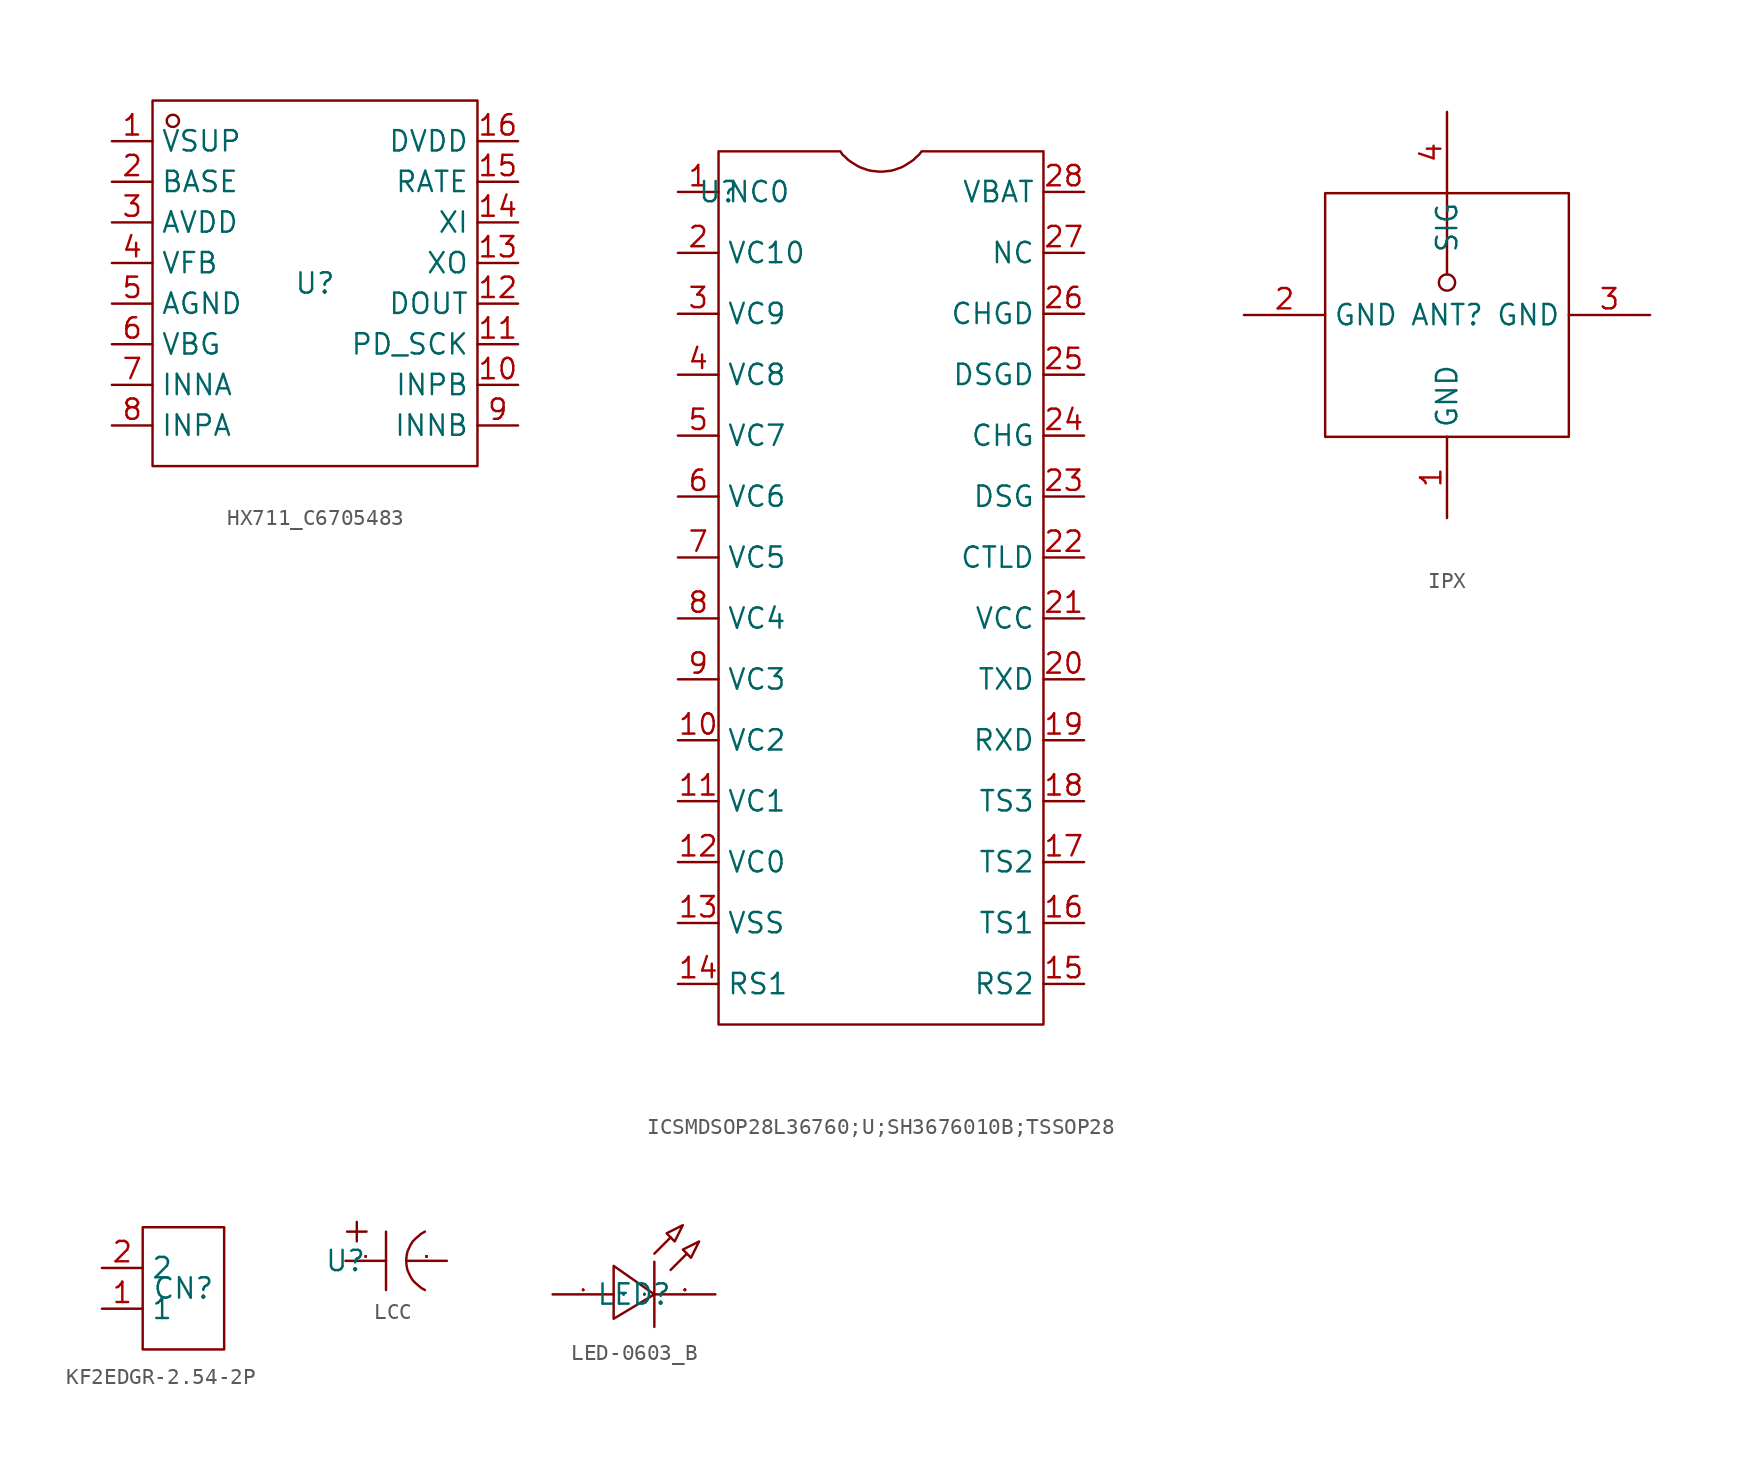
<source format=kicad_sym>
(kicad_symbol_lib
  (version 20231120)
  (generator "kicad_symbol_editor")
  (generator_version "8.0")
  (symbol "HX711_C6705483"
    (property "Reference" "U"
      (at 0 0 0)
      (effects (font (size 1.27 1.27))))
    (property "Value" ""
      (at 0 0 0)
      (effects (font (size 1.27 1.27))))
    (symbol "HX711_C6705483_1_0"
      (rectangle (start -10.16 -11.43) (end 10.16 11.43) (stroke (width 0) (type default)) (fill (type none)))
      (circle (center -8.89 10.16) (radius 0.381) (stroke (width 0) (type default)) (fill (type none)))
      (pin unspecified line (at -12.7 8.89 0) (length 2.54) (name "VSUP" (effects (font (size 1.27 1.27)))) (number "1" (effects (font (size 1.27 1.27)))))
      (pin unspecified line (at 12.7 -6.35 180) (length 2.54) (name "INPB" (effects (font (size 1.27 1.27)))) (number "10" (effects (font (size 1.27 1.27)))))
      (pin unspecified line (at 12.7 -3.81 180) (length 2.54) (name "PD_SCK" (effects (font (size 1.27 1.27)))) (number "11" (effects (font (size 1.27 1.27)))))
      (pin unspecified line (at 12.7 -1.27 180) (length 2.54) (name "DOUT" (effects (font (size 1.27 1.27)))) (number "12" (effects (font (size 1.27 1.27)))))
      (pin unspecified line (at 12.7 1.27 180) (length 2.54) (name "XO" (effects (font (size 1.27 1.27)))) (number "13" (effects (font (size 1.27 1.27)))))
      (pin unspecified line (at 12.7 3.81 180) (length 2.54) (name "XI" (effects (font (size 1.27 1.27)))) (number "14" (effects (font (size 1.27 1.27)))))
      (pin unspecified line (at 12.7 6.35 180) (length 2.54) (name "RATE" (effects (font (size 1.27 1.27)))) (number "15" (effects (font (size 1.27 1.27)))))
      (pin unspecified line (at 12.7 8.89 180) (length 2.54) (name "DVDD" (effects (font (size 1.27 1.27)))) (number "16" (effects (font (size 1.27 1.27)))))
      (pin unspecified line (at -12.7 6.35 0) (length 2.54) (name "BASE" (effects (font (size 1.27 1.27)))) (number "2" (effects (font (size 1.27 1.27)))))
      (pin unspecified line (at -12.7 3.81 0) (length 2.54) (name "AVDD" (effects (font (size 1.27 1.27)))) (number "3" (effects (font (size 1.27 1.27)))))
      (pin unspecified line (at -12.7 1.27 0) (length 2.54) (name "VFB" (effects (font (size 1.27 1.27)))) (number "4" (effects (font (size 1.27 1.27)))))
      (pin unspecified line (at -12.7 -1.27 0) (length 2.54) (name "AGND" (effects (font (size 1.27 1.27)))) (number "5" (effects (font (size 1.27 1.27)))))
      (pin unspecified line (at -12.7 -3.81 0) (length 2.54) (name "VBG" (effects (font (size 1.27 1.27)))) (number "6" (effects (font (size 1.27 1.27)))))
      (pin unspecified line (at -12.7 -6.35 0) (length 2.54) (name "INNA" (effects (font (size 1.27 1.27)))) (number "7" (effects (font (size 1.27 1.27)))))
      (pin unspecified line (at -12.7 -8.89 0) (length 2.54) (name "INPA" (effects (font (size 1.27 1.27)))) (number "8" (effects (font (size 1.27 1.27)))))
      (pin unspecified line (at 12.7 -8.89 180) (length 2.54) (name "INNB" (effects (font (size 1.27 1.27)))) (number "9" (effects (font (size 1.27 1.27)))))))
  (symbol "ICSMDSOP28L36760;U;SH3676010B;TSSOP28"
    (property "Reference" "U"
      (at 0 0 0)
      (effects (font (size 1.27 1.27))))
    (symbol "ICSMDSOP28L36760;U;SH3676010B;TSSOP28_1_0"
      (polyline (pts (xy 0 2.54) (xy 0 -52.07) (xy 0 -52.07) (xy 20.32 -52.07) (xy 20.32 -52.07) (xy 20.32 2.54) (xy 20.32 2.54) (xy 12.7 2.54) (xy 12.7 2.54) (xy 12.548 2.337) (xy 12.37 2.184) (xy 12.192 2.007) (xy 12.014 1.88) (xy 11.811 1.753) (xy 11.608 1.626) (xy 11.405 1.524) (xy 11.176 1.448) (xy 10.973 1.372) (xy 10.744 1.321) (xy 10.49 1.295) (xy 10.262 1.27) (xy 10.033 1.27) (xy 9.804 1.295) (xy 9.55 1.321) (xy 9.322 1.372) (xy 9.119 1.448) (xy 8.89 1.524) (xy 8.687 1.626) (xy 8.484 1.753) (xy 8.28 1.88) (xy 8.103 2.007) (xy 7.925 2.184) (xy 7.747 2.337) (xy 7.62 2.54) (xy 7.62 2.54) (xy 0 2.54)) (stroke (width 0) (type default)) (fill (type none)))
      (pin unspecified line (at -2.54 0 0) (length 2.54) (name "NC0" (effects (font (size 1.27 1.27)))) (number "1" (effects (font (size 1.27 1.27)))))
      (pin unspecified line (at -2.54 -34.29 0) (length 2.54) (name "VC2" (effects (font (size 1.27 1.27)))) (number "10" (effects (font (size 1.27 1.27)))))
      (pin unspecified line (at -2.54 -38.1 0) (length 2.54) (name "VC1" (effects (font (size 1.27 1.27)))) (number "11" (effects (font (size 1.27 1.27)))))
      (pin unspecified line (at -2.54 -41.91 0) (length 2.54) (name "VC0" (effects (font (size 1.27 1.27)))) (number "12" (effects (font (size 1.27 1.27)))))
      (pin unspecified line (at -2.54 -45.72 0) (length 2.54) (name "VSS" (effects (font (size 1.27 1.27)))) (number "13" (effects (font (size 1.27 1.27)))))
      (pin unspecified line (at -2.54 -49.53 0) (length 2.54) (name "RS1" (effects (font (size 1.27 1.27)))) (number "14" (effects (font (size 1.27 1.27)))))
      (pin unspecified line (at 22.86 -49.53 180) (length 2.54) (name "RS2" (effects (font (size 1.27 1.27)))) (number "15" (effects (font (size 1.27 1.27)))))
      (pin unspecified line (at 22.86 -45.72 180) (length 2.54) (name "TS1" (effects (font (size 1.27 1.27)))) (number "16" (effects (font (size 1.27 1.27)))))
      (pin unspecified line (at 22.86 -41.91 180) (length 2.54) (name "TS2" (effects (font (size 1.27 1.27)))) (number "17" (effects (font (size 1.27 1.27)))))
      (pin unspecified line (at 22.86 -38.1 180) (length 2.54) (name "TS3" (effects (font (size 1.27 1.27)))) (number "18" (effects (font (size 1.27 1.27)))))
      (pin unspecified line (at 22.86 -34.29 180) (length 2.54) (name "RXD" (effects (font (size 1.27 1.27)))) (number "19" (effects (font (size 1.27 1.27)))))
      (pin unspecified line (at -2.54 -3.81 0) (length 2.54) (name "VC10" (effects (font (size 1.27 1.27)))) (number "2" (effects (font (size 1.27 1.27)))))
      (pin unspecified line (at 22.86 -30.48 180) (length 2.54) (name "TXD" (effects (font (size 1.27 1.27)))) (number "20" (effects (font (size 1.27 1.27)))))
      (pin unspecified line (at 22.86 -26.67 180) (length 2.54) (name "VCC" (effects (font (size 1.27 1.27)))) (number "21" (effects (font (size 1.27 1.27)))))
      (pin unspecified line (at 22.86 -22.86 180) (length 2.54) (name "CTLD" (effects (font (size 1.27 1.27)))) (number "22" (effects (font (size 1.27 1.27)))))
      (pin unspecified line (at 22.86 -19.05 180) (length 2.54) (name "DSG" (effects (font (size 1.27 1.27)))) (number "23" (effects (font (size 1.27 1.27)))))
      (pin unspecified line (at 22.86 -15.24 180) (length 2.54) (name "CHG" (effects (font (size 1.27 1.27)))) (number "24" (effects (font (size 1.27 1.27)))))
      (pin unspecified line (at 22.86 -11.43 180) (length 2.54) (name "DSGD" (effects (font (size 1.27 1.27)))) (number "25" (effects (font (size 1.27 1.27)))))
      (pin unspecified line (at 22.86 -7.62 180) (length 2.54) (name "CHGD" (effects (font (size 1.27 1.27)))) (number "26" (effects (font (size 1.27 1.27)))))
      (pin unspecified line (at 22.86 -3.81 180) (length 2.54) (name "NC" (effects (font (size 1.27 1.27)))) (number "27" (effects (font (size 1.27 1.27)))))
      (pin unspecified line (at 22.86 0 180) (length 2.54) (name "VBAT" (effects (font (size 1.27 1.27)))) (number "28" (effects (font (size 1.27 1.27)))))
      (pin unspecified line (at -2.54 -7.62 0) (length 2.54) (name "VC9" (effects (font (size 1.27 1.27)))) (number "3" (effects (font (size 1.27 1.27)))))
      (pin unspecified line (at -2.54 -11.43 0) (length 2.54) (name "VC8" (effects (font (size 1.27 1.27)))) (number "4" (effects (font (size 1.27 1.27)))))
      (pin unspecified line (at -2.54 -15.24 0) (length 2.54) (name "VC7" (effects (font (size 1.27 1.27)))) (number "5" (effects (font (size 1.27 1.27)))))
      (pin unspecified line (at -2.54 -19.05 0) (length 2.54) (name "VC6" (effects (font (size 1.27 1.27)))) (number "6" (effects (font (size 1.27 1.27)))))
      (pin unspecified line (at -2.54 -22.86 0) (length 2.54) (name "VC5" (effects (font (size 1.27 1.27)))) (number "7" (effects (font (size 1.27 1.27)))))
      (pin unspecified line (at -2.54 -26.67 0) (length 2.54) (name "VC4" (effects (font (size 1.27 1.27)))) (number "8" (effects (font (size 1.27 1.27)))))
      (pin unspecified line (at -2.54 -30.48 0) (length 2.54) (name "VC3" (effects (font (size 1.27 1.27)))) (number "9" (effects (font (size 1.27 1.27)))))))
  (symbol "IPX"
    (property "Reference" "ANT"
      (at 0 0 0)
      (effects (font (size 1.27 1.27))))
    (property "Value" ""
      (at 0 0 0)
      (effects (font (size 1.27 1.27))))
    (symbol "IPX_1_0"
      (rectangle (start -7.62 -7.62) (end 7.62 7.62) (stroke (width 0) (type default)) (fill (type none)))
      (polyline (pts (xy 0 7.62) (xy 0 2.54)) (stroke (width 0) (type default)) (fill (type none)))
      (circle (center 0 2.032) (radius 0.508) (stroke (width 0) (type default)) (fill (type none)))
      (pin unspecified line (at 0 -12.7 90) (length 5.08) (name "GND" (effects (font (size 1.27 1.27)))) (number "1" (effects (font (size 1.27 1.27)))))
      (pin unspecified line (at -12.7 0 0) (length 5.08) (name "GND" (effects (font (size 1.27 1.27)))) (number "2" (effects (font (size 1.27 1.27)))))
      (pin unspecified line (at 12.7 0 180) (length 5.08) (name "GND" (effects (font (size 1.27 1.27)))) (number "3" (effects (font (size 1.27 1.27)))))
      (pin unspecified line (at 0 12.7 270) (length 5.08) (name "SIG" (effects (font (size 1.27 1.27)))) (number "4" (effects (font (size 1.27 1.27)))))))
  (symbol "KF2EDGR-2.54-2P"
    (property "Reference" "CN"
      (at 0 0 0)
      (effects (font (size 1.27 1.27))))
    (property "Value" ""
      (at 0 0 0)
      (effects (font (size 1.27 1.27))))
    (symbol "KF2EDGR-2.54-2P_1_0"
      (rectangle (start -2.54 -3.81) (end 2.54 3.81) (stroke (width 0) (type default)) (fill (type none)))
      (pin unspecified line (at -5.08 -1.27 0) (length 2.54) (name "1" (effects (font (size 1.27 1.27)))) (number "1" (effects (font (size 1.27 1.27)))))
      (pin unspecified line (at -5.08 1.27 0) (length 2.54) (name "2" (effects (font (size 1.27 1.27)))) (number "2" (effects (font (size 1.27 1.27)))))))
  (symbol "LCC"
    (property "Reference" "U"
      (at 0 0 0)
      (effects (font (size 1.27 1.27))))
    (symbol "LCC_1_0"
      (polyline (pts (xy 0.711 2.438) (xy 0.711 1.219)) (stroke (width 0) (type default)) (fill (type none)))
      (polyline (pts (xy 1.321 1.829) (xy 0.102 1.829)) (stroke (width 0) (type default)) (fill (type none)))
      (polyline (pts (xy 2.54 1.829) (xy 2.54 -1.829)) (stroke (width 0) (type default)) (fill (type none)))
      (polyline (pts (xy 4.978 1.829) (xy 4.75 1.702) (xy 4.572 1.549) (xy 4.394 1.397) (xy 4.216 1.219) (xy 4.089 1.016) (xy 3.988 0.813) (xy 3.886 0.584) (xy 3.835 0.356) (xy 3.81 0.102) (xy 3.81 -0.102) (xy 3.835 -0.356) (xy 3.886 -0.584) (xy 3.988 -0.813) (xy 4.089 -1.016) (xy 4.216 -1.219) (xy 4.394 -1.397) (xy 4.572 -1.549) (xy 4.75 -1.702) (xy 4.978 -1.829)) (stroke (width 0) (type default)) (fill (type none)))
      (pin unspecified line (at 0 0 0) (length 2.54) (name "" (effects (font (size 1.27 1.27)))) (number "1" (effects (font (size 0.025 0.025)))))
      (pin unspecified line (at 6.35 0 180) (length 2.54) (name "" (effects (font (size 1.27 1.27)))) (number "2" (effects (font (size 0.025 0.025)))))))
  (symbol "LED-0603_B"
    (property "Reference" "LED"
      (at 0 0 0)
      (effects (font (size 1.27 1.27))))
    (property "Value" ""
      (at 0 0 0)
      (effects (font (size 1.27 1.27))))
    (symbol "LED-0603_B_1_0"
      (polyline (pts (xy 1.27 2.032) (xy 1.27 -2.032)) (stroke (width 0) (type default)) (fill (type none)))
      (polyline (pts (xy 1.27 2.54) (xy 2.286 3.556)) (stroke (width 0) (type default)) (fill (type none)))
      (polyline (pts (xy 2.286 1.524) (xy 3.302 2.54)) (stroke (width 0) (type default)) (fill (type none)))
      (polyline (pts (xy -1.27 -1.524) (xy 1.27 0) (xy 1.27 0) (xy -1.27 1.778) (xy -1.27 1.778) (xy -1.27 -1.524)) (stroke (width 0) (type default)) (fill (type none)))
      (polyline (pts (xy 3.048 4.318) (xy 2.032 3.81) (xy 2.032 3.81) (xy 2.54 3.302) (xy 2.54 3.302) (xy 3.048 4.318)) (stroke (width 0) (type default)) (fill (type none)))
      (polyline (pts (xy 4.064 3.302) (xy 3.048 2.794) (xy 3.048 2.794) (xy 3.556 2.286) (xy 3.556 2.286) (xy 4.064 3.302)) (stroke (width 0) (type default)) (fill (type none)))
      (pin unspecified line (at -5.08 0 0) (length 3.81) (name "1" (effects (font (size 0.025 0.025)))) (number "1" (effects (font (size 0.025 0.025)))))
      (pin unspecified line (at 5.08 0 180) (length 3.81) (name "2" (effects (font (size 0.025 0.025)))) (number "2" (effects (font (size 0.025 0.025))))))))
</source>
